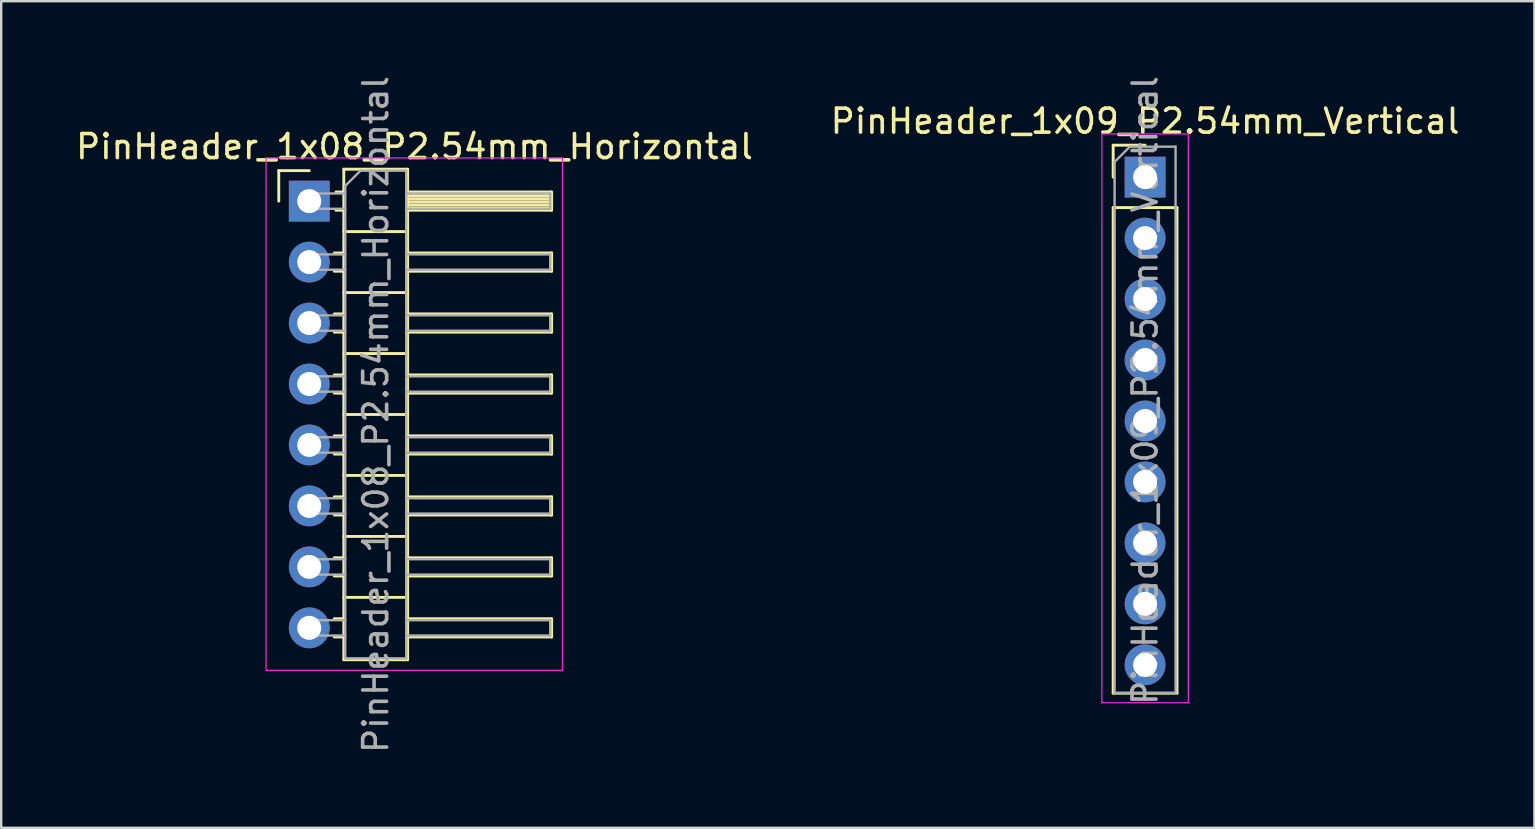
<source format=kicad_pcb>
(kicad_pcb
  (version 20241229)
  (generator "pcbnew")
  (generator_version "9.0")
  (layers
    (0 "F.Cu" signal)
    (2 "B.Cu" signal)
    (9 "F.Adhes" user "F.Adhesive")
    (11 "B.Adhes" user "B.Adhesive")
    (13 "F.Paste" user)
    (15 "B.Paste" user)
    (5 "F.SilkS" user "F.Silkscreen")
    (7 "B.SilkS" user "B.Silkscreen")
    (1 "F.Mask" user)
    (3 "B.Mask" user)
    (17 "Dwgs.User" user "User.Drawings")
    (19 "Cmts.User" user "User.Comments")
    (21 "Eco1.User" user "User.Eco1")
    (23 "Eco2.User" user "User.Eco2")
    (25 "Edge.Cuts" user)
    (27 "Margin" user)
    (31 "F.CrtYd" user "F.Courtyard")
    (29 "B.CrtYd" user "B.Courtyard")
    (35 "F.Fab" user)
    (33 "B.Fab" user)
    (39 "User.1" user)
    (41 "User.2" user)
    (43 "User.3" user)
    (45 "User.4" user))
  (footprint "PinHeader_1x09_P2.54mm_Vertical"
    (layer "F.Cu")
    (at 44.661 4.33)
    (property "Reference" "PinHeader_1x09_P2.54mm_Vertical" (at 0 -2.33 0) (layer "F.SilkS") (effects (font (size 1 1) (thickness 0.15))))
    (attr through_hole)
    (fp_line (start -1.33 -1.33) (end 0 -1.33) (stroke (width 0.12) (type solid)) (layer "F.SilkS"))
    (fp_line (start -1.33 0) (end -1.33 -1.33) (stroke (width 0.12) (type solid)) (layer "F.SilkS"))
    (fp_line (start -1.33 1.27) (end -1.33 21.5) (stroke (width 0.12) (type solid)) (layer "F.SilkS"))
    (fp_line (start -1.33 1.27) (end 1.33 1.27) (stroke (width 0.12) (type solid)) (layer "F.SilkS"))
    (fp_line (start -1.33 21.5) (end 1.33 21.5) (stroke (width 0.12) (type solid)) (layer "F.SilkS"))
    (fp_line (start 1.33 1.27) (end 1.33 21.5) (stroke (width 0.12) (type solid)) (layer "F.SilkS"))
    (fp_line (start -1.8 -1.8) (end -1.8 21.9) (stroke (width 0.05) (type solid)) (layer "F.CrtYd"))
    (fp_line (start -1.8 21.9) (end 1.8 21.9) (stroke (width 0.05) (type solid)) (layer "F.CrtYd"))
    (fp_line (start 1.8 -1.8) (end -1.8 -1.8) (stroke (width 0.05) (type solid)) (layer "F.CrtYd"))
    (fp_line (start 1.8 21.9) (end 1.8 -1.8) (stroke (width 0.05) (type solid)) (layer "F.CrtYd"))
    (fp_line (start -1.27 -0.635) (end -0.635 -1.27) (stroke (width 0.1) (type solid)) (layer "F.Fab"))
    (fp_line (start -1.27 21.5) (end -1.27 -0.635) (stroke (width 0.1) (type solid)) (layer "F.Fab"))
    (fp_line (start -0.635 -1.27) (end 1.27 -1.27) (stroke (width 0.1) (type solid)) (layer "F.Fab"))
    (fp_line (start 1.27 -1.27) (end 1.27 21.5) (stroke (width 0.1) (type solid)) (layer "F.Fab"))
    (fp_line (start 1.27 21.5) (end -1.27 21.5) (stroke (width 0.1) (type solid)) (layer "F.Fab"))
    (fp_text user "${REFERENCE}" (at 0 8.89 90) (layer "F.Fab") (effects (font (size 1 1) (thickness 0.15))))
    (pad "1" thru_hole rect (at 0 0) (size 1.7 1.7) (drill 1) (layers "*.Cu" "*.Mask"))
    (pad "2" thru_hole oval (at 0 2.54) (size 1.7 1.7) (drill 1) (layers "*.Cu" "*.Mask"))
    (pad "3" thru_hole oval (at 0 5.08) (size 1.7 1.7) (drill 1) (layers "*.Cu" "*.Mask"))
    (pad "4" thru_hole oval (at 0 7.62) (size 1.7 1.7) (drill 1) (layers "*.Cu" "*.Mask"))
    (pad "5" thru_hole oval (at 0 10.16) (size 1.7 1.7) (drill 1) (layers "*.Cu" "*.Mask"))
    (pad "6" thru_hole oval (at 0 12.7) (size 1.7 1.7) (drill 1) (layers "*.Cu" "*.Mask"))
    (pad "7" thru_hole oval (at 0 15.24) (size 1.7 1.7) (drill 1) (layers "*.Cu" "*.Mask"))
    (pad "8" thru_hole oval (at 0 17.78) (size 1.7 1.7) (drill 1) (layers "*.Cu" "*.Mask"))
    (pad "9" thru_hole oval (at 0 20.32) (size 1.7 1.7) (drill 1) (layers "*.Cu" "*.Mask")))
  (footprint "PinHeader_1x08_P2.54mm_Horizontal"
    (layer "F.Cu")
    (at 9.835 5.33)
    (property "Reference" "PinHeader_1x08_P2.54mm_Horizontal" (at 4.385 -2.27 0) (layer "F.SilkS") (effects (font (size 1 1) (thickness 0.15))))
    (attr through_hole)
    (fp_line (start -1.27 -1.27) (end 0 -1.27) (stroke (width 0.12) (type solid)) (layer "F.SilkS"))
    (fp_line (start -1.27 0) (end -1.27 -1.27) (stroke (width 0.12) (type solid)) (layer "F.SilkS"))
    (fp_line (start 1.043 2.16) (end 1.44 2.16) (stroke (width 0.12) (type solid)) (layer "F.SilkS"))
    (fp_line (start 1.043 2.92) (end 1.44 2.92) (stroke (width 0.12) (type solid)) (layer "F.SilkS"))
    (fp_line (start 1.043 4.7) (end 1.44 4.7) (stroke (width 0.12) (type solid)) (layer "F.SilkS"))
    (fp_line (start 1.043 5.46) (end 1.44 5.46) (stroke (width 0.12) (type solid)) (layer "F.SilkS"))
    (fp_line (start 1.043 7.24) (end 1.44 7.24) (stroke (width 0.12) (type solid)) (layer "F.SilkS"))
    (fp_line (start 1.043 8) (end 1.44 8) (stroke (width 0.12) (type solid)) (layer "F.SilkS"))
    (fp_line (start 1.043 9.78) (end 1.44 9.78) (stroke (width 0.12) (type solid)) (layer "F.SilkS"))
    (fp_line (start 1.043 10.54) (end 1.44 10.54) (stroke (width 0.12) (type solid)) (layer "F.SilkS"))
    (fp_line (start 1.043 12.32) (end 1.44 12.32) (stroke (width 0.12) (type solid)) (layer "F.SilkS"))
    (fp_line (start 1.043 13.08) (end 1.44 13.08) (stroke (width 0.12) (type solid)) (layer "F.SilkS"))
    (fp_line (start 1.043 14.86) (end 1.44 14.86) (stroke (width 0.12) (type solid)) (layer "F.SilkS"))
    (fp_line (start 1.043 15.62) (end 1.44 15.62) (stroke (width 0.12) (type solid)) (layer "F.SilkS"))
    (fp_line (start 1.043 17.4) (end 1.44 17.4) (stroke (width 0.12) (type solid)) (layer "F.SilkS"))
    (fp_line (start 1.043 18.16) (end 1.44 18.16) (stroke (width 0.12) (type solid)) (layer "F.SilkS"))
    (fp_line (start 1.11 -0.38) (end 1.44 -0.38) (stroke (width 0.12) (type solid)) (layer "F.SilkS"))
    (fp_line (start 1.11 0.38) (end 1.44 0.38) (stroke (width 0.12) (type solid)) (layer "F.SilkS"))
    (fp_line (start 1.44 -1.33) (end 1.44 19.11) (stroke (width 0.12) (type solid)) (layer "F.SilkS"))
    (fp_line (start 1.44 1.27) (end 4.1 1.27) (stroke (width 0.12) (type solid)) (layer "F.SilkS"))
    (fp_line (start 1.44 3.81) (end 4.1 3.81) (stroke (width 0.12) (type solid)) (layer "F.SilkS"))
    (fp_line (start 1.44 6.35) (end 4.1 6.35) (stroke (width 0.12) (type solid)) (layer "F.SilkS"))
    (fp_line (start 1.44 8.89) (end 4.1 8.89) (stroke (width 0.12) (type solid)) (layer "F.SilkS"))
    (fp_line (start 1.44 11.43) (end 4.1 11.43) (stroke (width 0.12) (type solid)) (layer "F.SilkS"))
    (fp_line (start 1.44 13.97) (end 4.1 13.97) (stroke (width 0.12) (type solid)) (layer "F.SilkS"))
    (fp_line (start 1.44 16.51) (end 4.1 16.51) (stroke (width 0.12) (type solid)) (layer "F.SilkS"))
    (fp_line (start 1.44 19.11) (end 4.1 19.11) (stroke (width 0.12) (type solid)) (layer "F.SilkS"))
    (fp_line (start 4.1 -1.33) (end 1.44 -1.33) (stroke (width 0.12) (type solid)) (layer "F.SilkS"))
    (fp_line (start 4.1 -0.38) (end 10.1 -0.38) (stroke (width 0.12) (type solid)) (layer "F.SilkS"))
    (fp_line (start 4.1 -0.32) (end 10.1 -0.32) (stroke (width 0.12) (type solid)) (layer "F.SilkS"))
    (fp_line (start 4.1 -0.2) (end 10.1 -0.2) (stroke (width 0.12) (type solid)) (layer "F.SilkS"))
    (fp_line (start 4.1 -0.08) (end 10.1 -0.08) (stroke (width 0.12) (type solid)) (layer "F.SilkS"))
    (fp_line (start 4.1 0.04) (end 10.1 0.04) (stroke (width 0.12) (type solid)) (layer "F.SilkS"))
    (fp_line (start 4.1 0.16) (end 10.1 0.16) (stroke (width 0.12) (type solid)) (layer "F.SilkS"))
    (fp_line (start 4.1 0.28) (end 10.1 0.28) (stroke (width 0.12) (type solid)) (layer "F.SilkS"))
    (fp_line (start 4.1 2.16) (end 10.1 2.16) (stroke (width 0.12) (type solid)) (layer "F.SilkS"))
    (fp_line (start 4.1 4.7) (end 10.1 4.7) (stroke (width 0.12) (type solid)) (layer "F.SilkS"))
    (fp_line (start 4.1 7.24) (end 10.1 7.24) (stroke (width 0.12) (type solid)) (layer "F.SilkS"))
    (fp_line (start 4.1 9.78) (end 10.1 9.78) (stroke (width 0.12) (type solid)) (layer "F.SilkS"))
    (fp_line (start 4.1 12.32) (end 10.1 12.32) (stroke (width 0.12) (type solid)) (layer "F.SilkS"))
    (fp_line (start 4.1 14.86) (end 10.1 14.86) (stroke (width 0.12) (type solid)) (layer "F.SilkS"))
    (fp_line (start 4.1 17.4) (end 10.1 17.4) (stroke (width 0.12) (type solid)) (layer "F.SilkS"))
    (fp_line (start 4.1 19.11) (end 4.1 -1.33) (stroke (width 0.12) (type solid)) (layer "F.SilkS"))
    (fp_line (start 10.1 -0.38) (end 10.1 0.38) (stroke (width 0.12) (type solid)) (layer "F.SilkS"))
    (fp_line (start 10.1 0.38) (end 4.1 0.38) (stroke (width 0.12) (type solid)) (layer "F.SilkS"))
    (fp_line (start 10.1 2.16) (end 10.1 2.92) (stroke (width 0.12) (type solid)) (layer "F.SilkS"))
    (fp_line (start 10.1 2.92) (end 4.1 2.92) (stroke (width 0.12) (type solid)) (layer "F.SilkS"))
    (fp_line (start 10.1 4.7) (end 10.1 5.46) (stroke (width 0.12) (type solid)) (layer "F.SilkS"))
    (fp_line (start 10.1 5.46) (end 4.1 5.46) (stroke (width 0.12) (type solid)) (layer "F.SilkS"))
    (fp_line (start 10.1 7.24) (end 10.1 8) (stroke (width 0.12) (type solid)) (layer "F.SilkS"))
    (fp_line (start 10.1 8) (end 4.1 8) (stroke (width 0.12) (type solid)) (layer "F.SilkS"))
    (fp_line (start 10.1 9.78) (end 10.1 10.54) (stroke (width 0.12) (type solid)) (layer "F.SilkS"))
    (fp_line (start 10.1 10.54) (end 4.1 10.54) (stroke (width 0.12) (type solid)) (layer "F.SilkS"))
    (fp_line (start 10.1 12.32) (end 10.1 13.08) (stroke (width 0.12) (type solid)) (layer "F.SilkS"))
    (fp_line (start 10.1 13.08) (end 4.1 13.08) (stroke (width 0.12) (type solid)) (layer "F.SilkS"))
    (fp_line (start 10.1 14.86) (end 10.1 15.62) (stroke (width 0.12) (type solid)) (layer "F.SilkS"))
    (fp_line (start 10.1 15.62) (end 4.1 15.62) (stroke (width 0.12) (type solid)) (layer "F.SilkS"))
    (fp_line (start 10.1 17.4) (end 10.1 18.16) (stroke (width 0.12) (type solid)) (layer "F.SilkS"))
    (fp_line (start 10.1 18.16) (end 4.1 18.16) (stroke (width 0.12) (type solid)) (layer "F.SilkS"))
    (fp_line (start -1.8 -1.8) (end -1.8 19.55) (stroke (width 0.05) (type solid)) (layer "F.CrtYd"))
    (fp_line (start -1.8 19.55) (end 10.55 19.55) (stroke (width 0.05) (type solid)) (layer "F.CrtYd"))
    (fp_line (start 10.55 -1.8) (end -1.8 -1.8) (stroke (width 0.05) (type solid)) (layer "F.CrtYd"))
    (fp_line (start 10.55 19.55) (end 10.55 -1.8) (stroke (width 0.05) (type solid)) (layer "F.CrtYd"))
    (fp_line (start -0.32 -0.32) (end -0.32 0.32) (stroke (width 0.1) (type solid)) (layer "F.Fab"))
    (fp_line (start -0.32 -0.32) (end 1.5 -0.32) (stroke (width 0.1) (type solid)) (layer "F.Fab"))
    (fp_line (start -0.32 0.32) (end 1.5 0.32) (stroke (width 0.1) (type solid)) (layer "F.Fab"))
    (fp_line (start -0.32 2.22) (end -0.32 2.86) (stroke (width 0.1) (type solid)) (layer "F.Fab"))
    (fp_line (start -0.32 2.22) (end 1.5 2.22) (stroke (width 0.1) (type solid)) (layer "F.Fab"))
    (fp_line (start -0.32 2.86) (end 1.5 2.86) (stroke (width 0.1) (type solid)) (layer "F.Fab"))
    (fp_line (start -0.32 4.76) (end -0.32 5.4) (stroke (width 0.1) (type solid)) (layer "F.Fab"))
    (fp_line (start -0.32 4.76) (end 1.5 4.76) (stroke (width 0.1) (type solid)) (layer "F.Fab"))
    (fp_line (start -0.32 5.4) (end 1.5 5.4) (stroke (width 0.1) (type solid)) (layer "F.Fab"))
    (fp_line (start -0.32 7.3) (end -0.32 7.94) (stroke (width 0.1) (type solid)) (layer "F.Fab"))
    (fp_line (start -0.32 7.3) (end 1.5 7.3) (stroke (width 0.1) (type solid)) (layer "F.Fab"))
    (fp_line (start -0.32 7.94) (end 1.5 7.94) (stroke (width 0.1) (type solid)) (layer "F.Fab"))
    (fp_line (start -0.32 9.84) (end -0.32 10.48) (stroke (width 0.1) (type solid)) (layer "F.Fab"))
    (fp_line (start -0.32 9.84) (end 1.5 9.84) (stroke (width 0.1) (type solid)) (layer "F.Fab"))
    (fp_line (start -0.32 10.48) (end 1.5 10.48) (stroke (width 0.1) (type solid)) (layer "F.Fab"))
    (fp_line (start -0.32 12.38) (end -0.32 13.02) (stroke (width 0.1) (type solid)) (layer "F.Fab"))
    (fp_line (start -0.32 12.38) (end 1.5 12.38) (stroke (width 0.1) (type solid)) (layer "F.Fab"))
    (fp_line (start -0.32 13.02) (end 1.5 13.02) (stroke (width 0.1) (type solid)) (layer "F.Fab"))
    (fp_line (start -0.32 14.92) (end -0.32 15.56) (stroke (width 0.1) (type solid)) (layer "F.Fab"))
    (fp_line (start -0.32 14.92) (end 1.5 14.92) (stroke (width 0.1) (type solid)) (layer "F.Fab"))
    (fp_line (start -0.32 15.56) (end 1.5 15.56) (stroke (width 0.1) (type solid)) (layer "F.Fab"))
    (fp_line (start -0.32 17.46) (end -0.32 18.1) (stroke (width 0.1) (type solid)) (layer "F.Fab"))
    (fp_line (start -0.32 17.46) (end 1.5 17.46) (stroke (width 0.1) (type solid)) (layer "F.Fab"))
    (fp_line (start -0.32 18.1) (end 1.5 18.1) (stroke (width 0.1) (type solid)) (layer "F.Fab"))
    (fp_line (start 1.5 -0.635) (end 2.135 -1.27) (stroke (width 0.1) (type solid)) (layer "F.Fab"))
    (fp_line (start 1.5 19.05) (end 1.5 -0.635) (stroke (width 0.1) (type solid)) (layer "F.Fab"))
    (fp_line (start 2.135 -1.27) (end 4.04 -1.27) (stroke (width 0.1) (type solid)) (layer "F.Fab"))
    (fp_line (start 4.04 -1.27) (end 4.04 19.05) (stroke (width 0.1) (type solid)) (layer "F.Fab"))
    (fp_line (start 4.04 -0.32) (end 10.04 -0.32) (stroke (width 0.1) (type solid)) (layer "F.Fab"))
    (fp_line (start 4.04 0.32) (end 10.04 0.32) (stroke (width 0.1) (type solid)) (layer "F.Fab"))
    (fp_line (start 4.04 2.22) (end 10.04 2.22) (stroke (width 0.1) (type solid)) (layer "F.Fab"))
    (fp_line (start 4.04 2.86) (end 10.04 2.86) (stroke (width 0.1) (type solid)) (layer "F.Fab"))
    (fp_line (start 4.04 4.76) (end 10.04 4.76) (stroke (width 0.1) (type solid)) (layer "F.Fab"))
    (fp_line (start 4.04 5.4) (end 10.04 5.4) (stroke (width 0.1) (type solid)) (layer "F.Fab"))
    (fp_line (start 4.04 7.3) (end 10.04 7.3) (stroke (width 0.1) (type solid)) (layer "F.Fab"))
    (fp_line (start 4.04 7.94) (end 10.04 7.94) (stroke (width 0.1) (type solid)) (layer "F.Fab"))
    (fp_line (start 4.04 9.84) (end 10.04 9.84) (stroke (width 0.1) (type solid)) (layer "F.Fab"))
    (fp_line (start 4.04 10.48) (end 10.04 10.48) (stroke (width 0.1) (type solid)) (layer "F.Fab"))
    (fp_line (start 4.04 12.38) (end 10.04 12.38) (stroke (width 0.1) (type solid)) (layer "F.Fab"))
    (fp_line (start 4.04 13.02) (end 10.04 13.02) (stroke (width 0.1) (type solid)) (layer "F.Fab"))
    (fp_line (start 4.04 14.92) (end 10.04 14.92) (stroke (width 0.1) (type solid)) (layer "F.Fab"))
    (fp_line (start 4.04 15.56) (end 10.04 15.56) (stroke (width 0.1) (type solid)) (layer "F.Fab"))
    (fp_line (start 4.04 17.46) (end 10.04 17.46) (stroke (width 0.1) (type solid)) (layer "F.Fab"))
    (fp_line (start 4.04 18.1) (end 10.04 18.1) (stroke (width 0.1) (type solid)) (layer "F.Fab"))
    (fp_line (start 4.04 19.05) (end 1.5 19.05) (stroke (width 0.1) (type solid)) (layer "F.Fab"))
    (fp_line (start 10.04 -0.32) (end 10.04 0.32) (stroke (width 0.1) (type solid)) (layer "F.Fab"))
    (fp_line (start 10.04 2.22) (end 10.04 2.86) (stroke (width 0.1) (type solid)) (layer "F.Fab"))
    (fp_line (start 10.04 4.76) (end 10.04 5.4) (stroke (width 0.1) (type solid)) (layer "F.Fab"))
    (fp_line (start 10.04 7.3) (end 10.04 7.94) (stroke (width 0.1) (type solid)) (layer "F.Fab"))
    (fp_line (start 10.04 9.84) (end 10.04 10.48) (stroke (width 0.1) (type solid)) (layer "F.Fab"))
    (fp_line (start 10.04 12.38) (end 10.04 13.02) (stroke (width 0.1) (type solid)) (layer "F.Fab"))
    (fp_line (start 10.04 14.92) (end 10.04 15.56) (stroke (width 0.1) (type solid)) (layer "F.Fab"))
    (fp_line (start 10.04 17.46) (end 10.04 18.1) (stroke (width 0.1) (type solid)) (layer "F.Fab"))
    (fp_text user "${REFERENCE}" (at 2.77 8.89 90) (layer "F.Fab") (effects (font (size 1 1) (thickness 0.15))))
    (pad "1" thru_hole rect (at 0 0) (size 1.7 1.7) (drill 1) (layers "*.Cu" "*.Mask"))
    (pad "2" thru_hole oval (at 0 2.54) (size 1.7 1.7) (drill 1) (layers "*.Cu" "*.Mask"))
    (pad "3" thru_hole oval (at 0 5.08) (size 1.7 1.7) (drill 1) (layers "*.Cu" "*.Mask"))
    (pad "4" thru_hole oval (at 0 7.62) (size 1.7 1.7) (drill 1) (layers "*.Cu" "*.Mask"))
    (pad "5" thru_hole oval (at 0 10.16) (size 1.7 1.7) (drill 1) (layers "*.Cu" "*.Mask"))
    (pad "6" thru_hole oval (at 0 12.7) (size 1.7 1.7) (drill 1) (layers "*.Cu" "*.Mask"))
    (pad "7" thru_hole oval (at 0 15.24) (size 1.7 1.7) (drill 1) (layers "*.Cu" "*.Mask"))
    (pad "8" thru_hole oval (at 0 17.78) (size 1.7 1.7) (drill 1) (layers "*.Cu" "*.Mask")))
  (gr_rect
    (start -3 -3)
    (end 60.881 31.44)
    (stroke (width 0.1) (type default))
    (fill no)
    (layer "Edge.Cuts")))
</source>
